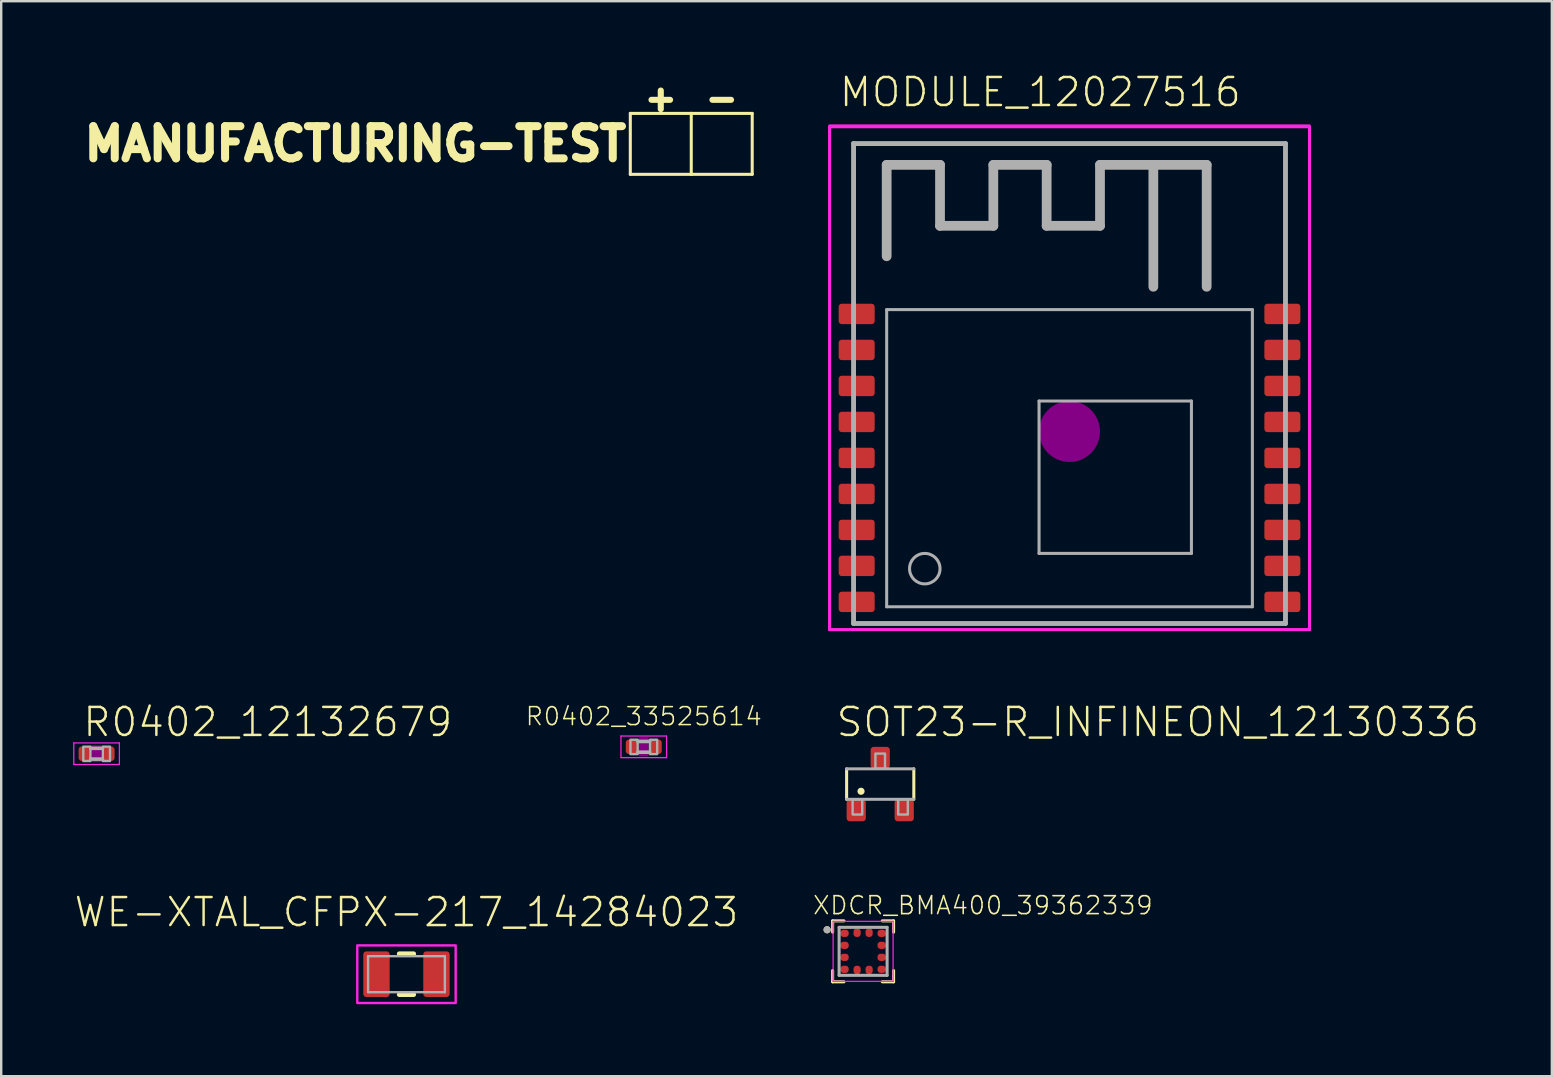
<source format=kicad_pcb>
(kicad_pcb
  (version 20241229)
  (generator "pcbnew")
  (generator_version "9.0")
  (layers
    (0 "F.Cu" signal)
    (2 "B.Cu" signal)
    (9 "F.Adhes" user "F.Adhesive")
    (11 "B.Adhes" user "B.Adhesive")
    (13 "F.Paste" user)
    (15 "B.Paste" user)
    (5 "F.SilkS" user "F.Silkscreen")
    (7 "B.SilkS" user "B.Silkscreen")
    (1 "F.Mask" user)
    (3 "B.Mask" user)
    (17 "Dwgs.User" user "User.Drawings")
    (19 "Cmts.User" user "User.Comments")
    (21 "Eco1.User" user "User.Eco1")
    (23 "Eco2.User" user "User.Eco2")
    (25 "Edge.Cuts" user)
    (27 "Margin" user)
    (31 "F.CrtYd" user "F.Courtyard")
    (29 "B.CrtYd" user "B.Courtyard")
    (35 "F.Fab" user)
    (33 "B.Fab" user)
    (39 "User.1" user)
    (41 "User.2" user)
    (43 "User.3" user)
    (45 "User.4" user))
  (footprint "XDCR_BMA400_39362339"
    (layer "F.Cu")
    (at 32.919 36.596)
    (property "Reference" "XDCR_BMA400_39362339" (at -2.14 -1.478 0) (unlocked yes) (layer "F.SilkS") (effects (font (size 0.748 0.748) (thickness 0.065)) (justify left bottom)))
    (fp_poly (pts (xy -1 -0.55) (xy -0.55 -0.55) (xy -0.55 -0.95) (xy -1 -0.95)) (stroke (width 0) (type default)) (fill yes) (layer "F.Mask"))
    (fp_poly (pts (xy -1 -0.05) (xy -0.55 -0.05) (xy -0.55 -0.45) (xy -1 -0.45)) (stroke (width 0) (type default)) (fill yes) (layer "F.Mask"))
    (fp_poly (pts (xy -1 0.45) (xy -0.55 0.45) (xy -0.55 0.05) (xy -1 0.05)) (stroke (width 0) (type default)) (fill yes) (layer "F.Mask"))
    (fp_poly (pts (xy -1 0.95) (xy -0.55 0.95) (xy -0.55 0.55) (xy -1 0.55)) (stroke (width 0) (type default)) (fill yes) (layer "F.Mask"))
    (fp_poly (pts (xy -0.45 -0.55) (xy -0.05 -0.55) (xy -0.05 -1) (xy -0.45 -1)) (stroke (width 0) (type default)) (fill yes) (layer "F.Mask"))
    (fp_poly (pts (xy -0.45 1) (xy -0.05 1) (xy -0.05 0.55) (xy -0.45 0.55)) (stroke (width 0) (type default)) (fill yes) (layer "F.Mask"))
    (fp_poly (pts (xy 0.05 -0.55) (xy 0.45 -0.55) (xy 0.45 -1) (xy 0.05 -1)) (stroke (width 0) (type default)) (fill yes) (layer "F.Mask"))
    (fp_poly (pts (xy 0.05 1) (xy 0.45 1) (xy 0.45 0.55) (xy 0.05 0.55)) (stroke (width 0) (type default)) (fill yes) (layer "F.Mask"))
    (fp_poly (pts (xy 0.55 -0.55) (xy 1 -0.55) (xy 1 -0.95) (xy 0.55 -0.95)) (stroke (width 0) (type default)) (fill yes) (layer "F.Mask"))
    (fp_poly (pts (xy 0.55 -0.05) (xy 1 -0.05) (xy 1 -0.45) (xy 0.55 -0.45)) (stroke (width 0) (type default)) (fill yes) (layer "F.Mask"))
    (fp_poly (pts (xy 0.55 0.45) (xy 1 0.45) (xy 1 0.05) (xy 0.55 0.05)) (stroke (width 0) (type default)) (fill yes) (layer "F.Mask"))
    (fp_poly (pts (xy 0.55 0.95) (xy 1 0.95) (xy 1 0.55) (xy 0.55 0.55)) (stroke (width 0) (type default)) (fill yes) (layer "F.Mask"))
    (fp_line (start -1.27 -1.27) (end -1.27 -0.8) (stroke (width 0.127) (type solid)) (layer "F.SilkS"))
    (fp_line (start -1.27 -1.27) (end -0.8 -1.27) (stroke (width 0.127) (type solid)) (layer "F.SilkS"))
    (fp_line (start -1.27 1.27) (end -1.27 0.8) (stroke (width 0.127) (type solid)) (layer "F.SilkS"))
    (fp_line (start -1.27 1.27) (end -0.8 1.27) (stroke (width 0.127) (type solid)) (layer "F.SilkS"))
    (fp_line (start 1.27 -1.27) (end 0.8 -1.27) (stroke (width 0.127) (type solid)) (layer "F.SilkS"))
    (fp_line (start 1.27 -1.27) (end 1.27 -0.8) (stroke (width 0.127) (type solid)) (layer "F.SilkS"))
    (fp_line (start 1.27 1.27) (end 0.8 1.27) (stroke (width 0.127) (type solid)) (layer "F.SilkS"))
    (fp_line (start 1.27 1.27) (end 1.27 0.8) (stroke (width 0.127) (type solid)) (layer "F.SilkS"))
    (fp_circle (center -1.5 -0.9) (end -1.425 -0.9) (stroke (width 0.15) (type solid)) (fill no) (layer "F.SilkS"))
    (fp_poly (pts (xy -0.925 -0.625) (xy -0.625 -0.625) (xy -0.625 -0.875) (xy -0.925 -0.875)) (stroke (width 0) (type default)) (fill yes) (layer "F.Paste"))
    (fp_poly (pts (xy -0.925 -0.125) (xy -0.625 -0.125) (xy -0.625 -0.375) (xy -0.925 -0.375)) (stroke (width 0) (type default)) (fill yes) (layer "F.Paste"))
    (fp_poly (pts (xy -0.925 0.375) (xy -0.625 0.375) (xy -0.625 0.125) (xy -0.925 0.125)) (stroke (width 0) (type default)) (fill yes) (layer "F.Paste"))
    (fp_poly (pts (xy -0.925 0.875) (xy -0.625 0.875) (xy -0.625 0.625) (xy -0.925 0.625)) (stroke (width 0) (type default)) (fill yes) (layer "F.Paste"))
    (fp_poly (pts (xy -0.375 -0.625) (xy -0.125 -0.625) (xy -0.125 -0.925) (xy -0.375 -0.925)) (stroke (width 0) (type default)) (fill yes) (layer "F.Paste"))
    (fp_poly (pts (xy -0.375 0.925) (xy -0.125 0.925) (xy -0.125 0.625) (xy -0.375 0.625)) (stroke (width 0) (type default)) (fill yes) (layer "F.Paste"))
    (fp_poly (pts (xy 0.125 -0.625) (xy 0.375 -0.625) (xy 0.375 -0.925) (xy 0.125 -0.925)) (stroke (width 0) (type default)) (fill yes) (layer "F.Paste"))
    (fp_poly (pts (xy 0.125 0.925) (xy 0.375 0.925) (xy 0.375 0.625) (xy 0.125 0.625)) (stroke (width 0) (type default)) (fill yes) (layer "F.Paste"))
    (fp_poly (pts (xy 0.625 -0.625) (xy 0.925 -0.625) (xy 0.925 -0.875) (xy 0.625 -0.875)) (stroke (width 0) (type default)) (fill yes) (layer "F.Paste"))
    (fp_poly (pts (xy 0.625 -0.125) (xy 0.925 -0.125) (xy 0.925 -0.375) (xy 0.625 -0.375)) (stroke (width 0) (type default)) (fill yes) (layer "F.Paste"))
    (fp_poly (pts (xy 0.625 0.375) (xy 0.925 0.375) (xy 0.925 0.125) (xy 0.625 0.125)) (stroke (width 0) (type default)) (fill yes) (layer "F.Paste"))
    (fp_poly (pts (xy 0.625 0.875) (xy 0.925 0.875) (xy 0.925 0.625) (xy 0.625 0.625)) (stroke (width 0) (type default)) (fill yes) (layer "F.Paste"))
    (fp_line (start -1.25 -1.25) (end 1.25 -1.25) (stroke (width 0.05) (type solid)) (layer "F.CrtYd"))
    (fp_line (start -1.25 1.25) (end -1.25 -1.25) (stroke (width 0.05) (type solid)) (layer "F.CrtYd"))
    (fp_line (start 1.25 -1.25) (end 1.25 1.25) (stroke (width 0.05) (type solid)) (layer "F.CrtYd"))
    (fp_line (start 1.25 1.25) (end -1.25 1.25) (stroke (width 0.05) (type solid)) (layer "F.CrtYd"))
    (fp_line (start -1 -1) (end 1 -1) (stroke (width 0.127) (type solid)) (layer "F.Fab"))
    (fp_line (start -1 1) (end -1 -1) (stroke (width 0.127) (type solid)) (layer "F.Fab"))
    (fp_line (start 1 -1) (end 1 1) (stroke (width 0.127) (type solid)) (layer "F.Fab"))
    (fp_line (start 1 1) (end -1 1) (stroke (width 0.127) (type solid)) (layer "F.Fab"))
    (fp_circle (center -1.5 -0.9) (end -1.425 -0.9) (stroke (width 0.15) (type solid)) (fill no) (layer "F.Fab"))
    (pad "1" smd roundrect (at -0.775 -0.75) (size 0.35 0.3) (layers "F.Cu") (roundrect_rratio 0.423))
    (pad "2" smd roundrect (at -0.775 -0.25) (size 0.35 0.3) (layers "F.Cu") (roundrect_rratio 0.423))
    (pad "3" smd roundrect (at -0.775 0.25) (size 0.35 0.3) (layers "F.Cu") (roundrect_rratio 0.423))
    (pad "4" smd roundrect (at -0.775 0.75) (size 0.35 0.3) (layers "F.Cu") (roundrect_rratio 0.423))
    (pad "5" smd roundrect (at -0.25 0.775) (size 0.3 0.35) (layers "F.Cu") (roundrect_rratio 0.423))
    (pad "6" smd roundrect (at 0.25 0.775) (size 0.3 0.35) (layers "F.Cu") (roundrect_rratio 0.423))
    (pad "7" smd roundrect (at 0.775 0.75) (size 0.35 0.3) (layers "F.Cu") (roundrect_rratio 0.423))
    (pad "8" smd roundrect (at 0.775 0.25) (size 0.35 0.3) (layers "F.Cu") (roundrect_rratio 0.423))
    (pad "9" smd roundrect (at 0.775 -0.25) (size 0.35 0.3) (layers "F.Cu") (roundrect_rratio 0.423))
    (pad "10" smd roundrect (at 0.775 -0.75) (size 0.35 0.3) (layers "F.Cu") (roundrect_rratio 0.423))
    (pad "11" smd roundrect (at 0.25 -0.775) (size 0.3 0.35) (layers "F.Cu") (roundrect_rratio 0.423))
    (pad "12" smd roundrect (at -0.25 -0.775) (size 0.3 0.35) (layers "F.Cu") (roundrect_rratio 0.423))
    (zone (net_name "") (layer "F.Cu") (hatch edge 0.5) (connect_pads) (min_thickness 0.25) (filled_areas_thickness no) (keepout (tracks not_allowed) (vias not_allowed) (pads not_allowed) (copperpour not_allowed) (footprints allowed)) (placement (enabled no)) (fill) (polygon (pts (xy 32.444 36.121) (xy 32.444 37.071) (xy 33.394 37.071) (xy 33.394 36.121))))
    (zone (net_name "") (layers "F.Cu" "B.Cu") (hatch edge 0.5) (connect_pads) (min_thickness 0.25) (filled_areas_thickness no) (keepout (tracks allowed) (vias not_allowed) (pads allowed) (copperpour allowed) (footprints allowed)) (placement (enabled no)) (fill) (polygon (pts (xy 32.444 36.121) (xy 32.444 37.071) (xy 33.394 37.071) (xy 33.394 36.121)))))
  (footprint "WE-XTAL_CFPX-217_14284023"
    (layer "F.Cu")
    (at 13.889 37.548)
    (property "Reference" "WE-XTAL_CFPX-217_14284023" (at 0 -1.9 0) (unlocked yes) (layer "F.SilkS") (effects (font (size 1.168 1.168) (thickness 0.102)) (justify bottom)))
    (fp_line (start -0.3 -0.85) (end 0.3 -0.85) (stroke (width 0.2) (type solid)) (layer "F.SilkS"))
    (fp_line (start -0.3 0.85) (end 0.3 0.85) (stroke (width 0.2) (type solid)) (layer "F.SilkS"))
    (fp_poly (pts (xy 2.05 1.2) (xy -2.05 1.2) (xy -2.05 -1.2) (xy 2.05 -1.2)) (stroke (width 0.1) (type default)) (fill no) (layer "F.CrtYd"))
    (fp_line (start -1.6 -0.75) (end 1.6 -0.75) (stroke (width 0.1) (type solid)) (layer "F.Fab"))
    (fp_line (start -1.6 0.75) (end -1.6 -0.75) (stroke (width 0.1) (type solid)) (layer "F.Fab"))
    (fp_line (start 1.6 -0.75) (end 1.6 0.75) (stroke (width 0.1) (type solid)) (layer "F.Fab"))
    (fp_line (start 1.6 0.75) (end -1.6 0.75) (stroke (width 0.1) (type solid)) (layer "F.Fab"))
    (pad "1" smd roundrect (at -1.25 0) (size 1.1 1.9) (layers "F.Cu" "F.Mask" "F.Paste") (roundrect_rratio 0.115))
    (pad "2" smd roundrect (at 1.25 0) (size 1.1 1.9) (layers "F.Cu" "F.Mask" "F.Paste") (roundrect_rratio 0.115)))
  (footprint "MODULE_12027516"
    (layer "F.Cu")
    (at 41.521 14.933)
    (property "Reference" "MODULE_12027516" (at -9.655 -13.46 0) (unlocked yes) (layer "F.SilkS") (effects (font (size 1.168 1.168) (thickness 0.102)) (justify left bottom)))
    (fp_circle (center 0 0) (end 0.635 0) (stroke (width 1.27) (type solid)) (fill yes) (layer "F.Adhes"))
    (fp_line (start -10 -12.7) (end -10 8.255) (stroke (width 0.127) (type solid)) (layer "F.CrtYd"))
    (fp_line (start -10 8.255) (end 10 8.255) (stroke (width 0.127) (type solid)) (layer "F.CrtYd"))
    (fp_line (start 10 -12.7) (end -10 -12.7) (stroke (width 0.127) (type solid)) (layer "F.CrtYd"))
    (fp_line (start 10 8.255) (end 10 -12.7) (stroke (width 0.127) (type solid)) (layer "F.CrtYd"))
    (fp_poly (pts (xy -10 8.255) (xy 10 8.255) (xy 10 -12.75) (xy -10 -12.75)) (stroke (width 0.1) (type default)) (fill no) (layer "F.CrtYd"))
    (fp_line (start -9 -12) (end -9 8) (stroke (width 0.203) (type solid)) (layer "F.Fab"))
    (fp_line (start -9 8) (end 9 8) (stroke (width 0.203) (type solid)) (layer "F.Fab"))
    (fp_line (start -7.62 -11.113) (end -5.397 -11.113) (stroke (width 0.406) (type solid)) (layer "F.Fab"))
    (fp_line (start -7.62 -7.303) (end -7.62 -11.113) (stroke (width 0.406) (type solid)) (layer "F.Fab"))
    (fp_line (start -7.62 -5.08) (end -7.62 7.303) (stroke (width 0.127) (type solid)) (layer "F.Fab"))
    (fp_line (start -7.62 7.303) (end 7.62 7.303) (stroke (width 0.127) (type solid)) (layer "F.Fab"))
    (fp_line (start -5.397 -11.113) (end -5.397 -8.572) (stroke (width 0.406) (type solid)) (layer "F.Fab"))
    (fp_line (start -5.397 -8.572) (end -3.175 -8.572) (stroke (width 0.406) (type solid)) (layer "F.Fab"))
    (fp_line (start -3.175 -11.113) (end -0.953 -11.113) (stroke (width 0.406) (type solid)) (layer "F.Fab"))
    (fp_line (start -3.175 -8.572) (end -3.175 -11.113) (stroke (width 0.406) (type solid)) (layer "F.Fab"))
    (fp_line (start -1.27 -1.27) (end 5.08 -1.27) (stroke (width 0.127) (type solid)) (layer "F.Fab"))
    (fp_line (start -1.27 5.08) (end -1.27 -1.27) (stroke (width 0.127) (type solid)) (layer "F.Fab"))
    (fp_line (start -0.953 -11.113) (end -0.953 -8.572) (stroke (width 0.406) (type solid)) (layer "F.Fab"))
    (fp_line (start -0.953 -8.572) (end 1.27 -8.572) (stroke (width 0.406) (type solid)) (layer "F.Fab"))
    (fp_line (start 1.27 -11.113) (end 3.493 -11.113) (stroke (width 0.406) (type solid)) (layer "F.Fab"))
    (fp_line (start 1.27 -8.572) (end 1.27 -11.113) (stroke (width 0.406) (type solid)) (layer "F.Fab"))
    (fp_line (start 3.493 -11.113) (end 3.493 -6.032) (stroke (width 0.406) (type solid)) (layer "F.Fab"))
    (fp_line (start 3.493 -11.113) (end 5.715 -11.113) (stroke (width 0.406) (type solid)) (layer "F.Fab"))
    (fp_line (start 5.08 -1.27) (end 5.08 5.08) (stroke (width 0.127) (type solid)) (layer "F.Fab"))
    (fp_line (start 5.08 5.08) (end -1.27 5.08) (stroke (width 0.127) (type solid)) (layer "F.Fab"))
    (fp_line (start 5.715 -11.113) (end 5.715 -6.032) (stroke (width 0.406) (type solid)) (layer "F.Fab"))
    (fp_line (start 7.62 -5.08) (end -7.62 -5.08) (stroke (width 0.127) (type solid)) (layer "F.Fab"))
    (fp_line (start 7.62 7.303) (end 7.62 -5.08) (stroke (width 0.127) (type solid)) (layer "F.Fab"))
    (fp_line (start 9 -12) (end -9 -12) (stroke (width 0.203) (type solid)) (layer "F.Fab"))
    (fp_line (start 9 8) (end 9 -12) (stroke (width 0.203) (type solid)) (layer "F.Fab"))
    (fp_circle (center -6.032 5.715) (end -5.397 5.715) (stroke (width 0.127) (type solid)) (fill no) (layer "F.Fab"))
    (pad "1" smd roundrect (at -8.87 -4.9) (size 1.5 0.85) (layers "F.Cu" "F.Mask" "F.Paste") (roundrect_rratio 0.15))
    (pad "2" smd roundrect (at -8.87 -3.4) (size 1.5 0.85) (layers "F.Cu" "F.Mask" "F.Paste") (roundrect_rratio 0.149))
    (pad "3" smd roundrect (at -8.87 -1.9) (size 1.5 0.85) (layers "F.Cu" "F.Mask" "F.Paste") (roundrect_rratio 0.149))
    (pad "4" smd roundrect (at -8.87 -0.4) (size 1.5 0.85) (layers "F.Cu" "F.Mask" "F.Paste") (roundrect_rratio 0.149))
    (pad "5" smd roundrect (at -8.87 1.1) (size 1.5 0.85) (layers "F.Cu" "F.Mask" "F.Paste") (roundrect_rratio 0.149))
    (pad "6" smd roundrect (at -8.87 2.6) (size 1.5 0.85) (layers "F.Cu" "F.Mask" "F.Paste") (roundrect_rratio 0.149))
    (pad "7" smd roundrect (at -8.87 4.1) (size 1.5 0.85) (layers "F.Cu" "F.Mask" "F.Paste") (roundrect_rratio 0.149))
    (pad "8" smd roundrect (at -8.87 5.6) (size 1.5 0.85) (layers "F.Cu" "F.Mask" "F.Paste") (roundrect_rratio 0.149))
    (pad "9" smd roundrect (at -8.87 7.1) (size 1.5 0.85) (layers "F.Cu" "F.Mask" "F.Paste") (roundrect_rratio 0.149))
    (pad "10" smd roundrect (at 8.87 7.1) (size 1.5 0.85) (layers "F.Cu" "F.Mask" "F.Paste") (roundrect_rratio 0.149))
    (pad "11" smd roundrect (at 8.87 5.6) (size 1.5 0.85) (layers "F.Cu" "F.Mask" "F.Paste") (roundrect_rratio 0.149))
    (pad "12" smd roundrect (at 8.87 4.1) (size 1.5 0.85) (layers "F.Cu" "F.Mask" "F.Paste") (roundrect_rratio 0.149))
    (pad "13" smd roundrect (at 8.87 2.6) (size 1.5 0.85) (layers "F.Cu" "F.Mask" "F.Paste") (roundrect_rratio 0.149))
    (pad "14" smd roundrect (at 8.87 1.1) (size 1.5 0.85) (layers "F.Cu" "F.Mask" "F.Paste") (roundrect_rratio 0.149))
    (pad "15" smd roundrect (at 8.87 -0.4) (size 1.5 0.85) (layers "F.Cu" "F.Mask" "F.Paste") (roundrect_rratio 0.149))
    (pad "16" smd roundrect (at 8.87 -1.9) (size 1.5 0.85) (layers "F.Cu" "F.Mask" "F.Paste") (roundrect_rratio 0.149))
    (pad "17" smd roundrect (at 8.87 -3.4) (size 1.5 0.85) (layers "F.Cu" "F.Mask" "F.Paste") (roundrect_rratio 0.149))
    (pad "18" smd roundrect (at 8.87 -4.9) (size 1.5 0.85) (layers "F.Cu" "F.Mask" "F.Paste") (roundrect_rratio 0.149))
    (zone (net_name "") (layer "F.Cu") (hatch edge 0.5) (connect_pads) (min_thickness 0.25) (filled_areas_thickness no) (keepout (tracks not_allowed) (vias not_allowed) (pads not_allowed) (copperpour not_allowed) (footprints allowed)) (placement (enabled no)) (fill) (polygon (pts (xy 31.361 8.583) (xy 51.681 8.583) (xy 51.681 2.233) (xy 31.361 2.233))))
    (zone (net_name "") (layers "F.Cu" "B.Cu") (hatch edge 0.5) (connect_pads) (min_thickness 0.25) (filled_areas_thickness no) (keepout (tracks allowed) (vias not_allowed) (pads allowed) (copperpour allowed) (footprints allowed)) (placement (enabled no)) (fill) (polygon (pts (xy 31.361 8.583) (xy 51.681 8.583) (xy 51.681 2.233) (xy 31.361 2.233))))
    (zone (net_name "") (layer "B.Cu") (hatch edge 0.5) (connect_pads) (min_thickness 0.25) (filled_areas_thickness no) (keepout (tracks not_allowed) (vias not_allowed) (pads not_allowed) (copperpour not_allowed) (footprints allowed)) (placement (enabled no)) (fill) (polygon (pts (xy 31.361 8.583) (xy 51.681 8.583) (xy 51.681 2.233) (xy 31.361 2.233)))))
  (footprint "MANUFACTURING-TEST"
    (layer "F.Cu")
    (at 25.757 2.945)
    (property "Reference" "MANUFACTURING-TEST" (at -2.54 0 0) (unlocked yes) (layer "F.SilkS") (effects (font (size 1.341 1.341) (thickness 0.335)) (justify right)))
    (fp_line (start -2.54 -1.27) (end 0 -1.27) (stroke (width 0.127) (type solid)) (layer "F.SilkS"))
    (fp_line (start -2.54 1.27) (end -2.54 -1.27) (stroke (width 0.127) (type solid)) (layer "F.SilkS"))
    (fp_line (start 0 -1.27) (end 0 1.27) (stroke (width 0.127) (type solid)) (layer "F.SilkS"))
    (fp_line (start 0 -1.27) (end 2.54 -1.27) (stroke (width 0.127) (type solid)) (layer "F.SilkS"))
    (fp_line (start 0 1.27) (end -2.54 1.27) (stroke (width 0.127) (type solid)) (layer "F.SilkS"))
    (fp_line (start 2.54 -1.27) (end 2.54 1.27) (stroke (width 0.127) (type solid)) (layer "F.SilkS"))
    (fp_line (start 2.54 1.27) (end 0 1.27) (stroke (width 0.127) (type solid)) (layer "F.SilkS"))
    (fp_text user "-" (at 1.27 -1.905 0) (unlocked yes) (layer "F.SilkS") (effects (font (size 1.016 1.016) (thickness 0.254))))
    (fp_text user "+" (at -1.27 -1.905 0) (unlocked yes) (layer "F.SilkS") (effects (font (size 1.016 1.016) (thickness 0.254)))))
  (footprint "R0402_12132679"
    (layer "F.Cu")
    (at 0.975 28.36)
    (property "Reference" "R0402_12132679" (at -0.635 -0.635 0) (unlocked yes) (layer "F.SilkS") (effects (font (size 1.168 1.168) (thickness 0.102)) (justify left bottom)))
    (fp_poly (pts (xy -0.2 0.35) (xy 0.2 0.35) (xy 0.2 -0.35) (xy -0.2 -0.35)) (stroke (width 0) (type default)) (fill yes) (layer "F.Adhes"))
    (fp_line (start -0.95 -0.45) (end 0.95 -0.45) (stroke (width 0.051) (type solid)) (layer "F.CrtYd"))
    (fp_line (start -0.95 0.45) (end -0.95 -0.45) (stroke (width 0.051) (type solid)) (layer "F.CrtYd"))
    (fp_line (start 0.95 -0.45) (end 0.95 0.45) (stroke (width 0.051) (type solid)) (layer "F.CrtYd"))
    (fp_line (start 0.95 0.45) (end -0.95 0.45) (stroke (width 0.051) (type solid)) (layer "F.CrtYd"))
    (fp_line (start -0.245 -0.224) (end 0.245 -0.224) (stroke (width 0.152) (type solid)) (layer "F.Fab"))
    (fp_line (start 0.245 0.224) (end -0.245 0.224) (stroke (width 0.152) (type solid)) (layer "F.Fab"))
    (fp_poly (pts (xy -0.554 0.305) (xy -0.254 0.305) (xy -0.254 -0.295) (xy -0.554 -0.295)) (stroke (width 0.1) (type default)) (fill no) (layer "F.Fab"))
    (fp_poly (pts (xy 0.259 0.305) (xy 0.559 0.305) (xy 0.559 -0.295) (xy 0.259 -0.295)) (stroke (width 0.1) (type default)) (fill no) (layer "F.Fab"))
    (pad "1" smd roundrect (at -0.5 0) (size 0.5 0.6) (layers "F.Cu" "F.Mask" "F.Paste") (roundrect_rratio 0.254))
    (pad "2" smd roundrect (at 0.5 0) (size 0.5 0.6) (layers "F.Cu" "F.Mask" "F.Paste") (roundrect_rratio 0.254)))
  (footprint "SOT23-R_INFINEON_12130336"
    (layer "F.Cu")
    (at 33.632 29.625)
    (property "Reference" "SOT23-R_INFINEON_12130336" (at -1.9 -1.9 0) (unlocked yes) (layer "F.SilkS") (effects (font (size 1.168 1.168) (thickness 0.102)) (justify left bottom)))
    (fp_line (start -1.4 -0.635) (end -1.4 0.635) (stroke (width 0.127) (type solid)) (layer "F.SilkS"))
    (fp_line (start 1.4 -0.635) (end 1.4 0.635) (stroke (width 0.127) (type solid)) (layer "F.SilkS"))
    (fp_circle (center -0.8 0.3) (end -0.725 0.3) (stroke (width 0.15) (type solid)) (fill yes) (layer "F.SilkS"))
    (fp_line (start -1.4 -0.635) (end 1.4 -0.635) (stroke (width 0.127) (type solid)) (layer "F.Fab"))
    (fp_line (start -1.4 0.635) (end 1.4 0.635) (stroke (width 0.127) (type solid)) (layer "F.Fab"))
    (fp_poly (pts (xy -1.15 1.27) (xy -0.75 1.27) (xy -0.75 0.635) (xy -1.15 0.635)) (stroke (width 0.1) (type default)) (fill no) (layer "F.Fab"))
    (fp_poly (pts (xy -0.2 -0.635) (xy 0.2 -0.635) (xy 0.2 -1.27) (xy -0.2 -1.27)) (stroke (width 0.1) (type default)) (fill no) (layer "F.Fab"))
    (fp_poly (pts (xy 0.75 1.27) (xy 1.15 1.27) (xy 1.15 0.635) (xy 0.75 0.635)) (stroke (width 0.1) (type default)) (fill no) (layer "F.Fab"))
    (pad "1" smd roundrect (at -1 1.1) (size 0.8 0.9) (layers "F.Cu" "F.Mask" "F.Paste") (roundrect_rratio 0.159))
    (pad "2" smd roundrect (at 1 1.1) (size 0.8 0.9) (layers "F.Cu" "F.Mask" "F.Paste") (roundrect_rratio 0.159))
    (pad "3" smd roundrect (at 0 -1.1) (size 0.8 0.9) (layers "F.Cu" "F.Mask" "F.Paste") (roundrect_rratio 0.159)))
  (footprint "R0402_33525614"
    (layer "F.Cu")
    (at 23.778 28.073)
    (property "Reference" "R0402_33525614" (at 0 -1.27 0) (unlocked yes) (layer "F.SilkS") (effects (font (size 0.748 0.748) (thickness 0.065))))
    (fp_poly (pts (xy -0.2 0.4) (xy 0.2 0.4) (xy 0.2 -0.4) (xy -0.2 -0.4)) (stroke (width 0) (type default)) (fill yes) (layer "F.Adhes"))
    (fp_line (start -0.95 -0.45) (end 0.95 -0.45) (stroke (width 0.051) (type solid)) (layer "F.CrtYd"))
    (fp_line (start -0.95 0.45) (end -0.95 -0.45) (stroke (width 0.051) (type solid)) (layer "F.CrtYd"))
    (fp_line (start 0.95 -0.45) (end 0.95 0.45) (stroke (width 0.051) (type solid)) (layer "F.CrtYd"))
    (fp_line (start 0.95 0.45) (end -0.95 0.45) (stroke (width 0.051) (type solid)) (layer "F.CrtYd"))
    (fp_line (start -0.245 -0.224) (end 0.245 -0.224) (stroke (width 0.152) (type solid)) (layer "F.Fab"))
    (fp_line (start 0.245 0.224) (end -0.245 0.224) (stroke (width 0.152) (type solid)) (layer "F.Fab"))
    (fp_poly (pts (xy -0.554 0.305) (xy -0.254 0.305) (xy -0.254 -0.295) (xy -0.554 -0.295)) (stroke (width 0.1) (type default)) (fill no) (layer "F.Fab"))
    (fp_poly (pts (xy 0.559 -0.295) (xy 0.259 -0.295) (xy 0.259 0.305) (xy 0.559 0.305)) (stroke (width 0.1) (type default)) (fill no) (layer "F.Fab"))
    (pad "1" smd roundrect (at -0.5 0) (size 0.5 0.6) (layers "F.Cu" "F.Mask" "F.Paste") (roundrect_rratio 0.254))
    (pad "2" smd roundrect (at 0.5 0) (size 0.5 0.6) (layers "F.Cu" "F.Mask" "F.Paste") (roundrect_rratio 0.254)))
  (gr_rect
    (start -3 -3)
    (end 61.621 41.798)
    (stroke (width 0.1) (type default))
    (fill no)
    (layer "Edge.Cuts")))
</source>
